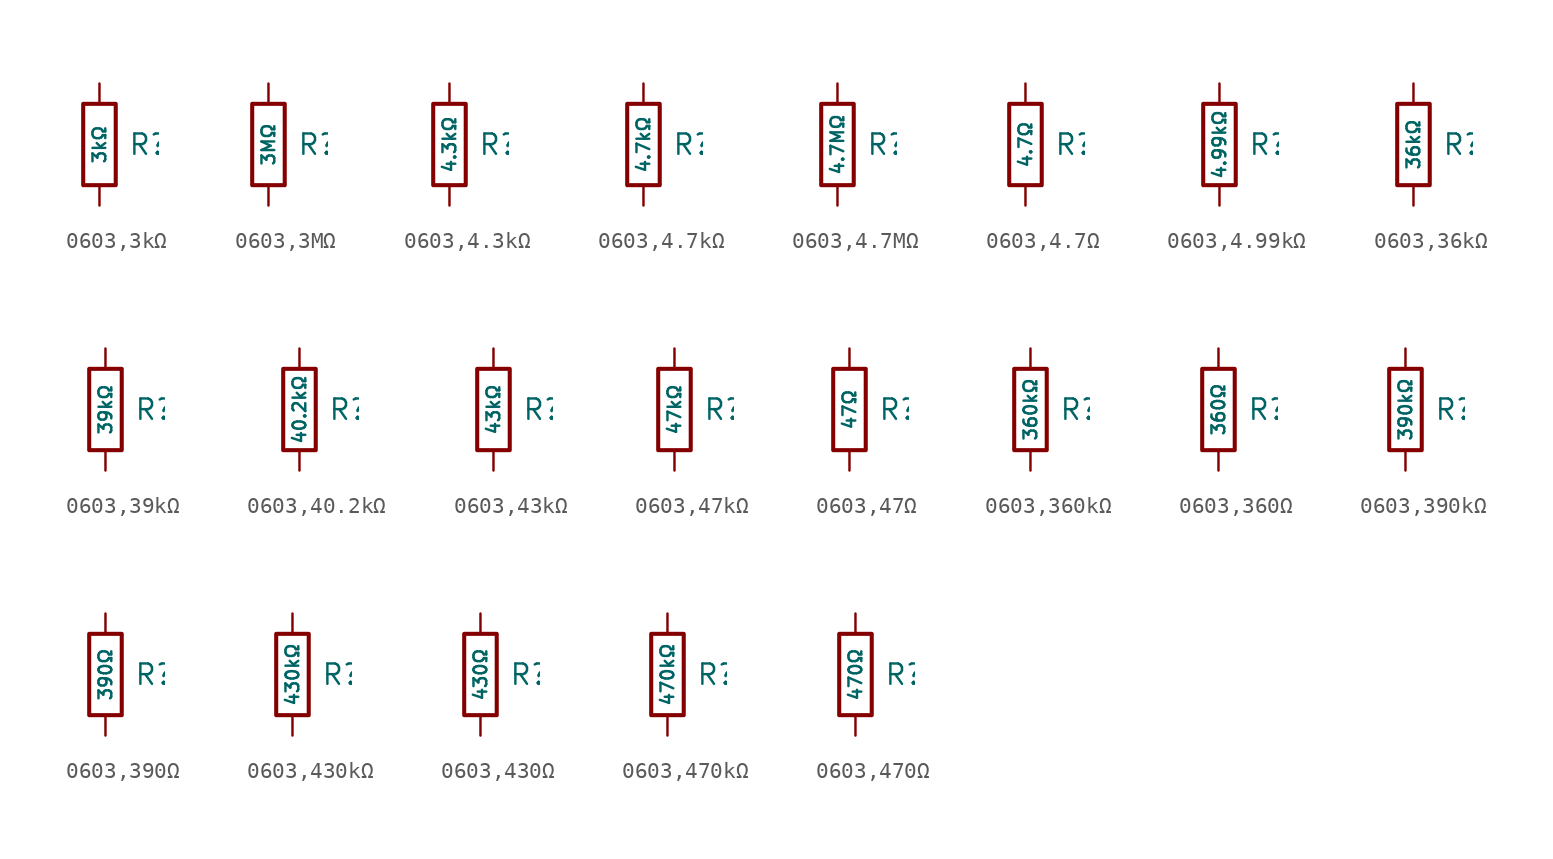
<source format=kicad_sym>
(kicad_symbol_lib
  (version 20231120)
  (generator "CDFER")
  (generator_version "8.0")
  (symbol "0603,3kΩ"
    (pin_numbers hide)
    (pin_names
      (offset 0))
    (property "Reference" "R"
      (at 1.778 0 0)
      (effects (font (size 1.27 1.27)) (justify left)))
    (property "Value" "3kΩ"
      (at 0 0 90)
      (do_not_autoplace)
      (effects (font (size 0.8 0.8))))
    (symbol "0603,3kΩ_0_1"
      (rectangle (start -1.016 2.54) (end 1.016 -2.54) (stroke (width 0.254) (type default)) (fill (type none))))
    (symbol "0603,3kΩ_1_1"
      (pin passive line (at 0 3.81 270) (length 1.27) (name "~" (effects (font (size 1.27 1.27)))) (number "1" (effects (font (size 1.27 1.27)))))
      (pin passive line (at 0 -3.81 90) (length 1.27) (name "~" (effects (font (size 1.27 1.27)))) (number "2" (effects (font (size 1.27 1.27)))))))
  (symbol "0603,3MΩ"
    (pin_numbers hide)
    (pin_names
      (offset 0))
    (property "Reference" "R"
      (at 1.778 0 0)
      (effects (font (size 1.27 1.27)) (justify left)))
    (property "Value" "3MΩ"
      (at 0 0 90)
      (do_not_autoplace)
      (effects (font (size 0.8 0.8))))
    (symbol "0603,3MΩ_0_1"
      (rectangle (start -1.016 2.54) (end 1.016 -2.54) (stroke (width 0.254) (type default)) (fill (type none))))
    (symbol "0603,3MΩ_1_1"
      (pin passive line (at 0 3.81 270) (length 1.27) (name "~" (effects (font (size 1.27 1.27)))) (number "1" (effects (font (size 1.27 1.27)))))
      (pin passive line (at 0 -3.81 90) (length 1.27) (name "~" (effects (font (size 1.27 1.27)))) (number "2" (effects (font (size 1.27 1.27)))))))
  (symbol "0603,4.3kΩ"
    (pin_numbers hide)
    (pin_names
      (offset 0))
    (property "Reference" "R"
      (at 1.778 0 0)
      (effects (font (size 1.27 1.27)) (justify left)))
    (property "Value" "4.3kΩ"
      (at 0 0 90)
      (do_not_autoplace)
      (effects (font (size 0.8 0.8))))
    (symbol "0603,4.3kΩ_0_1"
      (rectangle (start -1.016 2.54) (end 1.016 -2.54) (stroke (width 0.254) (type default)) (fill (type none))))
    (symbol "0603,4.3kΩ_1_1"
      (pin passive line (at 0 3.81 270) (length 1.27) (name "~" (effects (font (size 1.27 1.27)))) (number "1" (effects (font (size 1.27 1.27)))))
      (pin passive line (at 0 -3.81 90) (length 1.27) (name "~" (effects (font (size 1.27 1.27)))) (number "2" (effects (font (size 1.27 1.27)))))))
  (symbol "0603,4.7kΩ"
    (pin_numbers hide)
    (pin_names
      (offset 0))
    (property "Reference" "R"
      (at 1.778 0 0)
      (effects (font (size 1.27 1.27)) (justify left)))
    (property "Value" "4.7kΩ"
      (at 0 0 90)
      (do_not_autoplace)
      (effects (font (size 0.8 0.8))))
    (symbol "0603,4.7kΩ_0_1"
      (rectangle (start -1.016 2.54) (end 1.016 -2.54) (stroke (width 0.254) (type default)) (fill (type none))))
    (symbol "0603,4.7kΩ_1_1"
      (pin passive line (at 0 3.81 270) (length 1.27) (name "~" (effects (font (size 1.27 1.27)))) (number "1" (effects (font (size 1.27 1.27)))))
      (pin passive line (at 0 -3.81 90) (length 1.27) (name "~" (effects (font (size 1.27 1.27)))) (number "2" (effects (font (size 1.27 1.27)))))))
  (symbol "0603,4.7MΩ"
    (pin_numbers hide)
    (pin_names
      (offset 0))
    (property "Reference" "R"
      (at 1.778 0 0)
      (effects (font (size 1.27 1.27)) (justify left)))
    (property "Value" "4.7MΩ"
      (at 0 0 90)
      (do_not_autoplace)
      (effects (font (size 0.8 0.8))))
    (symbol "0603,4.7MΩ_0_1"
      (rectangle (start -1.016 2.54) (end 1.016 -2.54) (stroke (width 0.254) (type default)) (fill (type none))))
    (symbol "0603,4.7MΩ_1_1"
      (pin passive line (at 0 3.81 270) (length 1.27) (name "~" (effects (font (size 1.27 1.27)))) (number "1" (effects (font (size 1.27 1.27)))))
      (pin passive line (at 0 -3.81 90) (length 1.27) (name "~" (effects (font (size 1.27 1.27)))) (number "2" (effects (font (size 1.27 1.27)))))))
  (symbol "0603,4.7Ω"
    (pin_numbers hide)
    (pin_names
      (offset 0))
    (property "Reference" "R"
      (at 1.778 0 0)
      (effects (font (size 1.27 1.27)) (justify left)))
    (property "Value" "4.7Ω"
      (at 0 0 90)
      (do_not_autoplace)
      (effects (font (size 0.8 0.8))))
    (symbol "0603,4.7Ω_0_1"
      (rectangle (start -1.016 2.54) (end 1.016 -2.54) (stroke (width 0.254) (type default)) (fill (type none))))
    (symbol "0603,4.7Ω_1_1"
      (pin passive line (at 0 3.81 270) (length 1.27) (name "~" (effects (font (size 1.27 1.27)))) (number "1" (effects (font (size 1.27 1.27)))))
      (pin passive line (at 0 -3.81 90) (length 1.27) (name "~" (effects (font (size 1.27 1.27)))) (number "2" (effects (font (size 1.27 1.27)))))))
  (symbol "0603,4.99kΩ"
    (pin_numbers hide)
    (pin_names
      (offset 0))
    (property "Reference" "R"
      (at 1.778 0 0)
      (effects (font (size 1.27 1.27)) (justify left)))
    (property "Value" "4.99kΩ"
      (at 0 0 90)
      (do_not_autoplace)
      (effects (font (size 0.8 0.8))))
    (symbol "0603,4.99kΩ_0_1"
      (rectangle (start -1.016 2.54) (end 1.016 -2.54) (stroke (width 0.254) (type default)) (fill (type none))))
    (symbol "0603,4.99kΩ_1_1"
      (pin passive line (at 0 3.81 270) (length 1.27) (name "~" (effects (font (size 1.27 1.27)))) (number "1" (effects (font (size 1.27 1.27)))))
      (pin passive line (at 0 -3.81 90) (length 1.27) (name "~" (effects (font (size 1.27 1.27)))) (number "2" (effects (font (size 1.27 1.27)))))))
  (symbol "0603,36kΩ"
    (pin_numbers hide)
    (pin_names
      (offset 0))
    (property "Reference" "R"
      (at 1.778 0 0)
      (effects (font (size 1.27 1.27)) (justify left)))
    (property "Value" "36kΩ"
      (at 0 0 90)
      (do_not_autoplace)
      (effects (font (size 0.8 0.8))))
    (symbol "0603,36kΩ_0_1"
      (rectangle (start -1.016 2.54) (end 1.016 -2.54) (stroke (width 0.254) (type default)) (fill (type none))))
    (symbol "0603,36kΩ_1_1"
      (pin passive line (at 0 3.81 270) (length 1.27) (name "~" (effects (font (size 1.27 1.27)))) (number "1" (effects (font (size 1.27 1.27)))))
      (pin passive line (at 0 -3.81 90) (length 1.27) (name "~" (effects (font (size 1.27 1.27)))) (number "2" (effects (font (size 1.27 1.27)))))))
  (symbol "0603,39kΩ"
    (pin_numbers hide)
    (pin_names
      (offset 0))
    (property "Reference" "R"
      (at 1.778 0 0)
      (effects (font (size 1.27 1.27)) (justify left)))
    (property "Value" "39kΩ"
      (at 0 0 90)
      (do_not_autoplace)
      (effects (font (size 0.8 0.8))))
    (symbol "0603,39kΩ_0_1"
      (rectangle (start -1.016 2.54) (end 1.016 -2.54) (stroke (width 0.254) (type default)) (fill (type none))))
    (symbol "0603,39kΩ_1_1"
      (pin passive line (at 0 3.81 270) (length 1.27) (name "~" (effects (font (size 1.27 1.27)))) (number "1" (effects (font (size 1.27 1.27)))))
      (pin passive line (at 0 -3.81 90) (length 1.27) (name "~" (effects (font (size 1.27 1.27)))) (number "2" (effects (font (size 1.27 1.27)))))))
  (symbol "0603,40.2kΩ"
    (pin_numbers hide)
    (pin_names
      (offset 0))
    (property "Reference" "R"
      (at 1.778 0 0)
      (effects (font (size 1.27 1.27)) (justify left)))
    (property "Value" "40.2kΩ"
      (at 0 0 90)
      (do_not_autoplace)
      (effects (font (size 0.8 0.8))))
    (symbol "0603,40.2kΩ_0_1"
      (rectangle (start -1.016 2.54) (end 1.016 -2.54) (stroke (width 0.254) (type default)) (fill (type none))))
    (symbol "0603,40.2kΩ_1_1"
      (pin passive line (at 0 3.81 270) (length 1.27) (name "~" (effects (font (size 1.27 1.27)))) (number "1" (effects (font (size 1.27 1.27)))))
      (pin passive line (at 0 -3.81 90) (length 1.27) (name "~" (effects (font (size 1.27 1.27)))) (number "2" (effects (font (size 1.27 1.27)))))))
  (symbol "0603,43kΩ"
    (pin_numbers hide)
    (pin_names
      (offset 0))
    (property "Reference" "R"
      (at 1.778 0 0)
      (effects (font (size 1.27 1.27)) (justify left)))
    (property "Value" "43kΩ"
      (at 0 0 90)
      (do_not_autoplace)
      (effects (font (size 0.8 0.8))))
    (symbol "0603,43kΩ_0_1"
      (rectangle (start -1.016 2.54) (end 1.016 -2.54) (stroke (width 0.254) (type default)) (fill (type none))))
    (symbol "0603,43kΩ_1_1"
      (pin passive line (at 0 3.81 270) (length 1.27) (name "~" (effects (font (size 1.27 1.27)))) (number "1" (effects (font (size 1.27 1.27)))))
      (pin passive line (at 0 -3.81 90) (length 1.27) (name "~" (effects (font (size 1.27 1.27)))) (number "2" (effects (font (size 1.27 1.27)))))))
  (symbol "0603,47kΩ"
    (pin_numbers hide)
    (pin_names
      (offset 0))
    (property "Reference" "R"
      (at 1.778 0 0)
      (effects (font (size 1.27 1.27)) (justify left)))
    (property "Value" "47kΩ"
      (at 0 0 90)
      (do_not_autoplace)
      (effects (font (size 0.8 0.8))))
    (symbol "0603,47kΩ_0_1"
      (rectangle (start -1.016 2.54) (end 1.016 -2.54) (stroke (width 0.254) (type default)) (fill (type none))))
    (symbol "0603,47kΩ_1_1"
      (pin passive line (at 0 3.81 270) (length 1.27) (name "~" (effects (font (size 1.27 1.27)))) (number "1" (effects (font (size 1.27 1.27)))))
      (pin passive line (at 0 -3.81 90) (length 1.27) (name "~" (effects (font (size 1.27 1.27)))) (number "2" (effects (font (size 1.27 1.27)))))))
  (symbol "0603,47Ω"
    (pin_numbers hide)
    (pin_names
      (offset 0))
    (property "Reference" "R"
      (at 1.778 0 0)
      (effects (font (size 1.27 1.27)) (justify left)))
    (property "Value" "47Ω"
      (at 0 0 90)
      (do_not_autoplace)
      (effects (font (size 0.8 0.8))))
    (symbol "0603,47Ω_0_1"
      (rectangle (start -1.016 2.54) (end 1.016 -2.54) (stroke (width 0.254) (type default)) (fill (type none))))
    (symbol "0603,47Ω_1_1"
      (pin passive line (at 0 3.81 270) (length 1.27) (name "~" (effects (font (size 1.27 1.27)))) (number "1" (effects (font (size 1.27 1.27)))))
      (pin passive line (at 0 -3.81 90) (length 1.27) (name "~" (effects (font (size 1.27 1.27)))) (number "2" (effects (font (size 1.27 1.27)))))))
  (symbol "0603,360kΩ"
    (pin_numbers hide)
    (pin_names
      (offset 0))
    (property "Reference" "R"
      (at 1.778 0 0)
      (effects (font (size 1.27 1.27)) (justify left)))
    (property "Value" "360kΩ"
      (at 0 0 90)
      (do_not_autoplace)
      (effects (font (size 0.8 0.8))))
    (symbol "0603,360kΩ_0_1"
      (rectangle (start -1.016 2.54) (end 1.016 -2.54) (stroke (width 0.254) (type default)) (fill (type none))))
    (symbol "0603,360kΩ_1_1"
      (pin passive line (at 0 3.81 270) (length 1.27) (name "~" (effects (font (size 1.27 1.27)))) (number "1" (effects (font (size 1.27 1.27)))))
      (pin passive line (at 0 -3.81 90) (length 1.27) (name "~" (effects (font (size 1.27 1.27)))) (number "2" (effects (font (size 1.27 1.27)))))))
  (symbol "0603,360Ω"
    (pin_numbers hide)
    (pin_names
      (offset 0))
    (property "Reference" "R"
      (at 1.778 0 0)
      (effects (font (size 1.27 1.27)) (justify left)))
    (property "Value" "360Ω"
      (at 0 0 90)
      (do_not_autoplace)
      (effects (font (size 0.8 0.8))))
    (symbol "0603,360Ω_0_1"
      (rectangle (start -1.016 2.54) (end 1.016 -2.54) (stroke (width 0.254) (type default)) (fill (type none))))
    (symbol "0603,360Ω_1_1"
      (pin passive line (at 0 3.81 270) (length 1.27) (name "~" (effects (font (size 1.27 1.27)))) (number "1" (effects (font (size 1.27 1.27)))))
      (pin passive line (at 0 -3.81 90) (length 1.27) (name "~" (effects (font (size 1.27 1.27)))) (number "2" (effects (font (size 1.27 1.27)))))))
  (symbol "0603,390kΩ"
    (pin_numbers hide)
    (pin_names
      (offset 0))
    (property "Reference" "R"
      (at 1.778 0 0)
      (effects (font (size 1.27 1.27)) (justify left)))
    (property "Value" "390kΩ"
      (at 0 0 90)
      (do_not_autoplace)
      (effects (font (size 0.8 0.8))))
    (symbol "0603,390kΩ_0_1"
      (rectangle (start -1.016 2.54) (end 1.016 -2.54) (stroke (width 0.254) (type default)) (fill (type none))))
    (symbol "0603,390kΩ_1_1"
      (pin passive line (at 0 3.81 270) (length 1.27) (name "~" (effects (font (size 1.27 1.27)))) (number "1" (effects (font (size 1.27 1.27)))))
      (pin passive line (at 0 -3.81 90) (length 1.27) (name "~" (effects (font (size 1.27 1.27)))) (number "2" (effects (font (size 1.27 1.27)))))))
  (symbol "0603,390Ω"
    (pin_numbers hide)
    (pin_names
      (offset 0))
    (property "Reference" "R"
      (at 1.778 0 0)
      (effects (font (size 1.27 1.27)) (justify left)))
    (property "Value" "390Ω"
      (at 0 0 90)
      (do_not_autoplace)
      (effects (font (size 0.8 0.8))))
    (symbol "0603,390Ω_0_1"
      (rectangle (start -1.016 2.54) (end 1.016 -2.54) (stroke (width 0.254) (type default)) (fill (type none))))
    (symbol "0603,390Ω_1_1"
      (pin passive line (at 0 3.81 270) (length 1.27) (name "~" (effects (font (size 1.27 1.27)))) (number "1" (effects (font (size 1.27 1.27)))))
      (pin passive line (at 0 -3.81 90) (length 1.27) (name "~" (effects (font (size 1.27 1.27)))) (number "2" (effects (font (size 1.27 1.27)))))))
  (symbol "0603,430kΩ"
    (pin_numbers hide)
    (pin_names
      (offset 0))
    (property "Reference" "R"
      (at 1.778 0 0)
      (effects (font (size 1.27 1.27)) (justify left)))
    (property "Value" "430kΩ"
      (at 0 0 90)
      (do_not_autoplace)
      (effects (font (size 0.8 0.8))))
    (symbol "0603,430kΩ_0_1"
      (rectangle (start -1.016 2.54) (end 1.016 -2.54) (stroke (width 0.254) (type default)) (fill (type none))))
    (symbol "0603,430kΩ_1_1"
      (pin passive line (at 0 3.81 270) (length 1.27) (name "~" (effects (font (size 1.27 1.27)))) (number "1" (effects (font (size 1.27 1.27)))))
      (pin passive line (at 0 -3.81 90) (length 1.27) (name "~" (effects (font (size 1.27 1.27)))) (number "2" (effects (font (size 1.27 1.27)))))))
  (symbol "0603,430Ω"
    (pin_numbers hide)
    (pin_names
      (offset 0))
    (property "Reference" "R"
      (at 1.778 0 0)
      (effects (font (size 1.27 1.27)) (justify left)))
    (property "Value" "430Ω"
      (at 0 0 90)
      (do_not_autoplace)
      (effects (font (size 0.8 0.8))))
    (symbol "0603,430Ω_0_1"
      (rectangle (start -1.016 2.54) (end 1.016 -2.54) (stroke (width 0.254) (type default)) (fill (type none))))
    (symbol "0603,430Ω_1_1"
      (pin passive line (at 0 3.81 270) (length 1.27) (name "~" (effects (font (size 1.27 1.27)))) (number "1" (effects (font (size 1.27 1.27)))))
      (pin passive line (at 0 -3.81 90) (length 1.27) (name "~" (effects (font (size 1.27 1.27)))) (number "2" (effects (font (size 1.27 1.27)))))))
  (symbol "0603,470kΩ"
    (pin_numbers hide)
    (pin_names
      (offset 0))
    (property "Reference" "R"
      (at 1.778 0 0)
      (effects (font (size 1.27 1.27)) (justify left)))
    (property "Value" "470kΩ"
      (at 0 0 90)
      (do_not_autoplace)
      (effects (font (size 0.8 0.8))))
    (symbol "0603,470kΩ_0_1"
      (rectangle (start -1.016 2.54) (end 1.016 -2.54) (stroke (width 0.254) (type default)) (fill (type none))))
    (symbol "0603,470kΩ_1_1"
      (pin passive line (at 0 3.81 270) (length 1.27) (name "~" (effects (font (size 1.27 1.27)))) (number "1" (effects (font (size 1.27 1.27)))))
      (pin passive line (at 0 -3.81 90) (length 1.27) (name "~" (effects (font (size 1.27 1.27)))) (number "2" (effects (font (size 1.27 1.27)))))))
  (symbol "0603,470Ω"
    (pin_numbers hide)
    (pin_names
      (offset 0))
    (property "Reference" "R"
      (at 1.778 0 0)
      (effects (font (size 1.27 1.27)) (justify left)))
    (property "Value" "470Ω"
      (at 0 0 90)
      (do_not_autoplace)
      (effects (font (size 0.8 0.8))))
    (symbol "0603,470Ω_0_1"
      (rectangle (start -1.016 2.54) (end 1.016 -2.54) (stroke (width 0.254) (type default)) (fill (type none))))
    (symbol "0603,470Ω_1_1"
      (pin passive line (at 0 3.81 270) (length 1.27) (name "~" (effects (font (size 1.27 1.27)))) (number "1" (effects (font (size 1.27 1.27)))))
      (pin passive line (at 0 -3.81 90) (length 1.27) (name "~" (effects (font (size 1.27 1.27)))) (number "2" (effects (font (size 1.27 1.27))))))))
</source>
